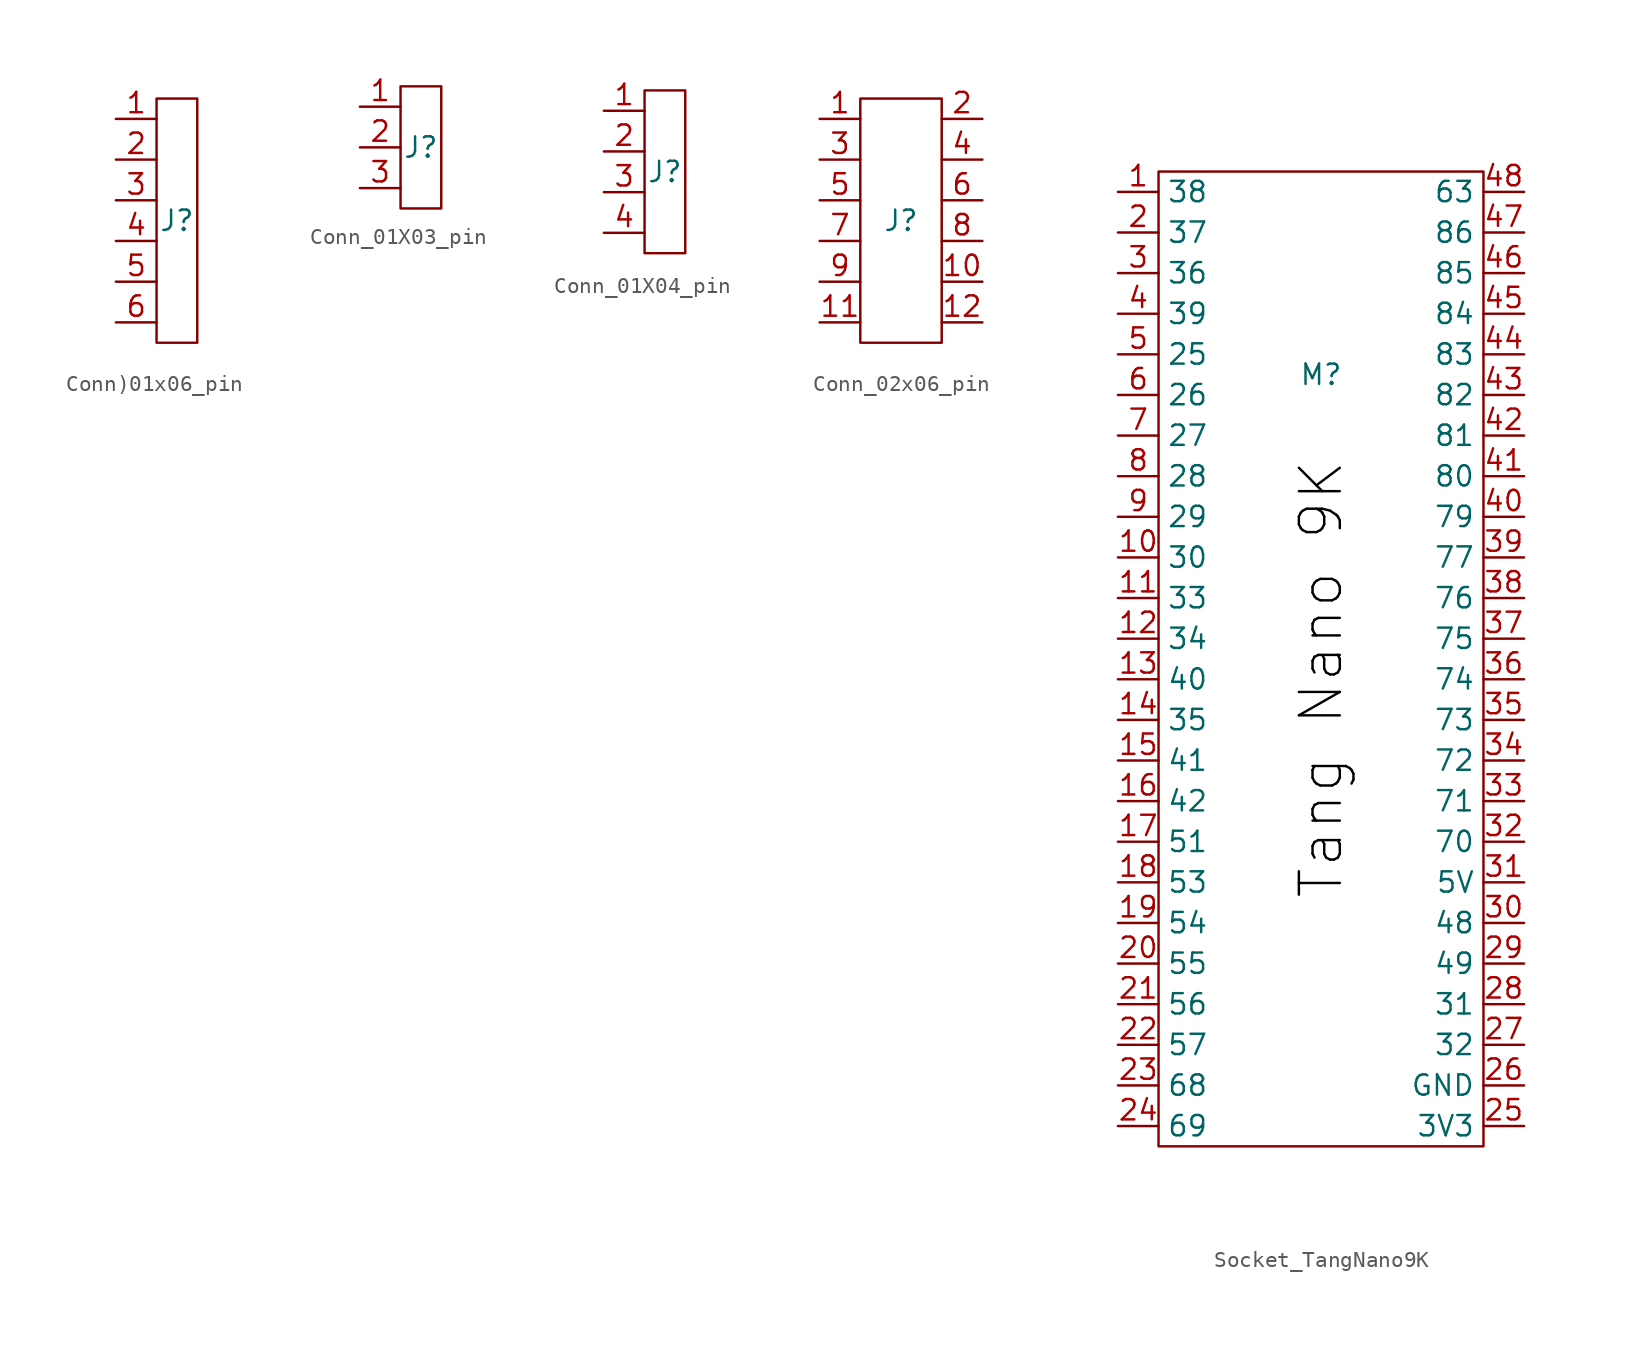
<source format=kicad_sym>
(kicad_symbol_lib
  (version 20220914)
  (generator kicad_symbol_editor)
  (symbol "Conn)01x06_pin"
    (pin_names
      (offset 0) hide)
    (property "Reference" "J"
      (at 0 0 0)
      (effects (font (size 1.27 1.27))))
    (property "Value" ""
      (at 0 0 0)
      (effects (font (size 1.27 1.27))))
    (symbol "Conn)01x06_pin_0_1"
      (polyline (pts (xy -1.27 7.62) (xy -1.27 -7.62) (xy 1.27 -7.62) (xy 1.27 7.62) (xy -1.27 7.62)) (stroke (width 0) (type default)) (fill (type none))))
    (symbol "Conn)01x06_pin_1_1"
      (pin passive line (at -3.81 6.35 0) (length 2.54) (name "" (effects (font (size 1.27 1.27)))) (number "1" (effects (font (size 1.27 1.27)))))
      (pin passive line (at -3.81 3.81 0) (length 2.54) (name "" (effects (font (size 1.27 1.27)))) (number "2" (effects (font (size 1.27 1.27)))))
      (pin passive line (at -3.81 1.27 0) (length 2.54) (name "" (effects (font (size 1.27 1.27)))) (number "3" (effects (font (size 1.27 1.27)))))
      (pin passive line (at -3.81 -1.27 0) (length 2.54) (name "" (effects (font (size 1.27 1.27)))) (number "4" (effects (font (size 1.27 1.27)))))
      (pin passive line (at -3.81 -3.81 0) (length 2.54) (name "" (effects (font (size 1.27 1.27)))) (number "5" (effects (font (size 1.27 1.27)))))
      (pin passive line (at -3.81 -6.35 0) (length 2.54) (name "" (effects (font (size 1.27 1.27)))) (number "6" (effects (font (size 1.27 1.27)))))))
  (symbol "Conn_01X03_pin"
    (pin_names
      (offset 0) hide)
    (property "Reference" "J"
      (at 0 0 0)
      (effects (font (size 1.27 1.27))))
    (property "Value" ""
      (at 0 -1.27 0)
      (effects (font (size 1.27 1.27))))
    (symbol "Conn_01X03_pin_0_1"
      (polyline (pts (xy -1.27 3.81) (xy -1.27 -3.81) (xy 1.27 -3.81) (xy 1.27 3.81) (xy -1.27 3.81)) (stroke (width 0) (type default)) (fill (type none))))
    (symbol "Conn_01X03_pin_1_1"
      (pin passive line (at -3.81 2.54 0) (length 2.54) (name "" (effects (font (size 1.27 1.27)))) (number "1" (effects (font (size 1.27 1.27)))))
      (pin passive line (at -3.81 0 0) (length 2.54) (name "" (effects (font (size 1.27 1.27)))) (number "2" (effects (font (size 1.27 1.27)))))
      (pin passive line (at -3.81 -2.54 0) (length 2.54) (name "" (effects (font (size 1.27 1.27)))) (number "3" (effects (font (size 1.27 1.27)))))))
  (symbol "Conn_01X04_pin"
    (pin_names
      (offset 0) hide)
    (property "Reference" "J"
      (at 0 0 0)
      (effects (font (size 1.27 1.27))))
    (property "Value" ""
      (at 0 0 0)
      (effects (font (size 1.27 1.27))))
    (symbol "Conn_01X04_pin_0_1"
      (polyline (pts (xy -1.27 5.08) (xy -1.27 -5.08) (xy 1.27 -5.08) (xy 1.27 5.08) (xy -1.27 5.08)) (stroke (width 0) (type default)) (fill (type none))))
    (symbol "Conn_01X04_pin_1_1"
      (pin passive line (at -3.81 3.81 0) (length 2.54) (name "" (effects (font (size 1.27 1.27)))) (number "1" (effects (font (size 1.27 1.27)))))
      (pin passive line (at -3.81 1.27 0) (length 2.54) (name "" (effects (font (size 1.27 1.27)))) (number "2" (effects (font (size 1.27 1.27)))))
      (pin passive line (at -3.81 -1.27 0) (length 2.54) (name "" (effects (font (size 1.27 1.27)))) (number "3" (effects (font (size 1.27 1.27)))))
      (pin passive line (at -3.81 -3.81 0) (length 2.54) (name "" (effects (font (size 1.27 1.27)))) (number "4" (effects (font (size 1.27 1.27)))))))
  (symbol "Conn_02x06_pin"
    (pin_names
      (offset 0) hide)
    (property "Reference" "J"
      (at 0 0 0)
      (effects (font (size 1.27 1.27))))
    (property "Value" ""
      (at 0 0 0)
      (effects (font (size 1.27 1.27))))
    (symbol "Conn_02x06_pin_0_1"
      (polyline (pts (xy -2.54 7.62) (xy -2.54 -7.62) (xy 2.54 -7.62) (xy 2.54 7.62) (xy -2.54 7.62)) (stroke (width 0) (type default)) (fill (type none))))
    (symbol "Conn_02x06_pin_1_1"
      (pin passive line (at -5.08 6.35 0) (length 2.54) (name "" (effects (font (size 1.27 1.27)))) (number "1" (effects (font (size 1.27 1.27)))))
      (pin passive line (at 5.08 -3.81 180) (length 2.54) (name "" (effects (font (size 1.27 1.27)))) (number "10" (effects (font (size 1.27 1.27)))))
      (pin passive line (at -5.08 -6.35 0) (length 2.54) (name "" (effects (font (size 1.27 1.27)))) (number "11" (effects (font (size 1.27 1.27)))))
      (pin passive line (at 5.08 -6.35 180) (length 2.54) (name "" (effects (font (size 1.27 1.27)))) (number "12" (effects (font (size 1.27 1.27)))))
      (pin passive line (at 5.08 6.35 180) (length 2.54) (name "" (effects (font (size 1.27 1.27)))) (number "2" (effects (font (size 1.27 1.27)))))
      (pin passive line (at -5.08 3.81 0) (length 2.54) (name "" (effects (font (size 1.27 1.27)))) (number "3" (effects (font (size 1.27 1.27)))))
      (pin passive line (at 5.08 3.81 180) (length 2.54) (name "" (effects (font (size 1.27 1.27)))) (number "4" (effects (font (size 1.27 1.27)))))
      (pin passive line (at -5.08 1.27 0) (length 2.54) (name "" (effects (font (size 1.27 1.27)))) (number "5" (effects (font (size 1.27 1.27)))))
      (pin passive line (at 5.08 1.27 180) (length 2.54) (name "" (effects (font (size 1.27 1.27)))) (number "6" (effects (font (size 1.27 1.27)))))
      (pin passive line (at -5.08 -1.27 0) (length 2.54) (name "" (effects (font (size 1.27 1.27)))) (number "7" (effects (font (size 1.27 1.27)))))
      (pin passive line (at 5.08 -1.27 180) (length 2.54) (name "" (effects (font (size 1.27 1.27)))) (number "8" (effects (font (size 1.27 1.27)))))
      (pin passive line (at -5.08 -3.81 0) (length 2.54) (name "" (effects (font (size 1.27 1.27)))) (number "9" (effects (font (size 1.27 1.27)))))))
  (symbol "Socket_TangNano9K"
    (property "Reference" "M"
      (at 0 17.78 0)
      (effects (font (size 1.27 1.27))))
    (property "Value" ""
      (at 1.27 22.86 0)
      (effects (font (size 1.27 1.27))))
    (symbol "Socket_TangNano9K_0_1"
      (polyline (pts (xy -10.16 30.48) (xy -10.16 -30.48) (xy 10.16 -30.48) (xy 10.16 30.48) (xy -10.16 30.48)) (stroke (width 0) (type default)) (fill (type none))))
    (symbol "Socket_TangNano9K_1_1"
      (text "Tang Nano 9K" (at 0 -1.27 900) (effects (font (size 2.56 2.56) (color 0 0 0 1))))
      (pin bidirectional line (at -12.7 29.21 0) (length 2.54) (name "38" (effects (font (size 1.27 1.27)))) (number "1" (effects (font (size 1.27 1.27)))))
      (pin bidirectional line (at -12.7 6.35 0) (length 2.54) (name "30" (effects (font (size 1.27 1.27)))) (number "10" (effects (font (size 1.27 1.27)))))
      (pin bidirectional line (at -12.7 3.81 0) (length 2.54) (name "33" (effects (font (size 1.27 1.27)))) (number "11" (effects (font (size 1.27 1.27)))))
      (pin bidirectional line (at -12.7 1.27 0) (length 2.54) (name "34" (effects (font (size 1.27 1.27)))) (number "12" (effects (font (size 1.27 1.27)))))
      (pin bidirectional line (at -12.7 -1.27 0) (length 2.54) (name "40" (effects (font (size 1.27 1.27)))) (number "13" (effects (font (size 1.27 1.27)))))
      (pin bidirectional line (at -12.7 -3.81 0) (length 2.54) (name "35" (effects (font (size 1.27 1.27)))) (number "14" (effects (font (size 1.27 1.27)))))
      (pin bidirectional line (at -12.7 -6.35 0) (length 2.54) (name "41" (effects (font (size 1.27 1.27)))) (number "15" (effects (font (size 1.27 1.27)))))
      (pin bidirectional line (at -12.7 -8.89 0) (length 2.54) (name "42" (effects (font (size 1.27 1.27)))) (number "16" (effects (font (size 1.27 1.27)))))
      (pin bidirectional line (at -12.7 -11.43 0) (length 2.54) (name "51" (effects (font (size 1.27 1.27)))) (number "17" (effects (font (size 1.27 1.27)))))
      (pin bidirectional line (at -12.7 -13.97 0) (length 2.54) (name "53" (effects (font (size 1.27 1.27)))) (number "18" (effects (font (size 1.27 1.27)))))
      (pin bidirectional line (at -12.7 -16.51 0) (length 2.54) (name "54" (effects (font (size 1.27 1.27)))) (number "19" (effects (font (size 1.27 1.27)))))
      (pin bidirectional line (at -12.7 26.67 0) (length 2.54) (name "37" (effects (font (size 1.27 1.27)))) (number "2" (effects (font (size 1.27 1.27)))))
      (pin bidirectional line (at -12.7 -19.05 0) (length 2.54) (name "55" (effects (font (size 1.27 1.27)))) (number "20" (effects (font (size 1.27 1.27)))))
      (pin bidirectional line (at -12.7 -21.59 0) (length 2.54) (name "56" (effects (font (size 1.27 1.27)))) (number "21" (effects (font (size 1.27 1.27)))))
      (pin bidirectional line (at -12.7 -24.13 0) (length 2.54) (name "57" (effects (font (size 1.27 1.27)))) (number "22" (effects (font (size 1.27 1.27)))))
      (pin bidirectional line (at -12.7 -26.67 0) (length 2.54) (name "68" (effects (font (size 1.27 1.27)))) (number "23" (effects (font (size 1.27 1.27)))))
      (pin bidirectional line (at -12.7 -29.21 0) (length 2.54) (name "69" (effects (font (size 1.27 1.27)))) (number "24" (effects (font (size 1.27 1.27)))))
      (pin power_in line (at 12.7 -29.21 180) (length 2.54) (name "3V3" (effects (font (size 1.27 1.27)))) (number "25" (effects (font (size 1.27 1.27)))))
      (pin power_in line (at 12.7 -26.67 180) (length 2.54) (name "GND" (effects (font (size 1.27 1.27)))) (number "26" (effects (font (size 1.27 1.27)))))
      (pin bidirectional line (at 12.7 -24.13 180) (length 2.54) (name "32" (effects (font (size 1.27 1.27)))) (number "27" (effects (font (size 1.27 1.27)))))
      (pin bidirectional line (at 12.7 -21.59 180) (length 2.54) (name "31" (effects (font (size 1.27 1.27)))) (number "28" (effects (font (size 1.27 1.27)))))
      (pin bidirectional line (at 12.7 -19.05 180) (length 2.54) (name "49" (effects (font (size 1.27 1.27)))) (number "29" (effects (font (size 1.27 1.27)))))
      (pin bidirectional line (at -12.7 24.13 0) (length 2.54) (name "36" (effects (font (size 1.27 1.27)))) (number "3" (effects (font (size 1.27 1.27)))))
      (pin bidirectional line (at 12.7 -16.51 180) (length 2.54) (name "48" (effects (font (size 1.27 1.27)))) (number "30" (effects (font (size 1.27 1.27)))))
      (pin power_in line (at 12.7 -13.97 180) (length 2.54) (name "5V" (effects (font (size 1.27 1.27)))) (number "31" (effects (font (size 1.27 1.27)))))
      (pin bidirectional line (at 12.7 -11.43 180) (length 2.54) (name "70" (effects (font (size 1.27 1.27)))) (number "32" (effects (font (size 1.27 1.27)))))
      (pin bidirectional line (at 12.7 -8.89 180) (length 2.54) (name "71" (effects (font (size 1.27 1.27)))) (number "33" (effects (font (size 1.27 1.27)))))
      (pin bidirectional line (at 12.7 -6.35 180) (length 2.54) (name "72" (effects (font (size 1.27 1.27)))) (number "34" (effects (font (size 1.27 1.27)))))
      (pin bidirectional line (at 12.7 -3.81 180) (length 2.54) (name "73" (effects (font (size 1.27 1.27)))) (number "35" (effects (font (size 1.27 1.27)))))
      (pin bidirectional line (at 12.7 -1.27 180) (length 2.54) (name "74" (effects (font (size 1.27 1.27)))) (number "36" (effects (font (size 1.27 1.27)))))
      (pin bidirectional line (at 12.7 1.27 180) (length 2.54) (name "75" (effects (font (size 1.27 1.27)))) (number "37" (effects (font (size 1.27 1.27)))))
      (pin bidirectional line (at 12.7 3.81 180) (length 2.54) (name "76" (effects (font (size 1.27 1.27)))) (number "38" (effects (font (size 1.27 1.27)))))
      (pin bidirectional line (at 12.7 6.35 180) (length 2.54) (name "77" (effects (font (size 1.27 1.27)))) (number "39" (effects (font (size 1.27 1.27)))))
      (pin bidirectional line (at -12.7 21.59 0) (length 2.54) (name "39" (effects (font (size 1.27 1.27)))) (number "4" (effects (font (size 1.27 1.27)))))
      (pin bidirectional line (at 12.7 8.89 180) (length 2.54) (name "79" (effects (font (size 1.27 1.27)))) (number "40" (effects (font (size 1.27 1.27)))))
      (pin bidirectional line (at 12.7 11.43 180) (length 2.54) (name "80" (effects (font (size 1.27 1.27)))) (number "41" (effects (font (size 1.27 1.27)))))
      (pin bidirectional line (at 12.7 13.97 180) (length 2.54) (name "81" (effects (font (size 1.27 1.27)))) (number "42" (effects (font (size 1.27 1.27)))))
      (pin bidirectional line (at 12.7 16.51 180) (length 2.54) (name "82" (effects (font (size 1.27 1.27)))) (number "43" (effects (font (size 1.27 1.27)))))
      (pin bidirectional line (at 12.7 19.05 180) (length 2.54) (name "83" (effects (font (size 1.27 1.27)))) (number "44" (effects (font (size 1.27 1.27)))))
      (pin bidirectional line (at 12.7 21.59 180) (length 2.54) (name "84" (effects (font (size 1.27 1.27)))) (number "45" (effects (font (size 1.27 1.27)))))
      (pin bidirectional line (at 12.7 24.13 180) (length 2.54) (name "85" (effects (font (size 1.27 1.27)))) (number "46" (effects (font (size 1.27 1.27)))))
      (pin bidirectional line (at 12.7 26.67 180) (length 2.54) (name "86" (effects (font (size 1.27 1.27)))) (number "47" (effects (font (size 1.27 1.27)))))
      (pin bidirectional line (at 12.7 29.21 180) (length 2.54) (name "63" (effects (font (size 1.27 1.27)))) (number "48" (effects (font (size 1.27 1.27)))))
      (pin bidirectional line (at -12.7 19.05 0) (length 2.54) (name "25" (effects (font (size 1.27 1.27)))) (number "5" (effects (font (size 1.27 1.27)))))
      (pin bidirectional line (at -12.7 16.51 0) (length 2.54) (name "26" (effects (font (size 1.27 1.27)))) (number "6" (effects (font (size 1.27 1.27)))))
      (pin bidirectional line (at -12.7 13.97 0) (length 2.54) (name "27" (effects (font (size 1.27 1.27)))) (number "7" (effects (font (size 1.27 1.27)))))
      (pin bidirectional line (at -12.7 11.43 0) (length 2.54) (name "28" (effects (font (size 1.27 1.27)))) (number "8" (effects (font (size 1.27 1.27)))))
      (pin bidirectional line (at -12.7 8.89 0) (length 2.54) (name "29" (effects (font (size 1.27 1.27)))) (number "9" (effects (font (size 1.27 1.27))))))))
</source>
